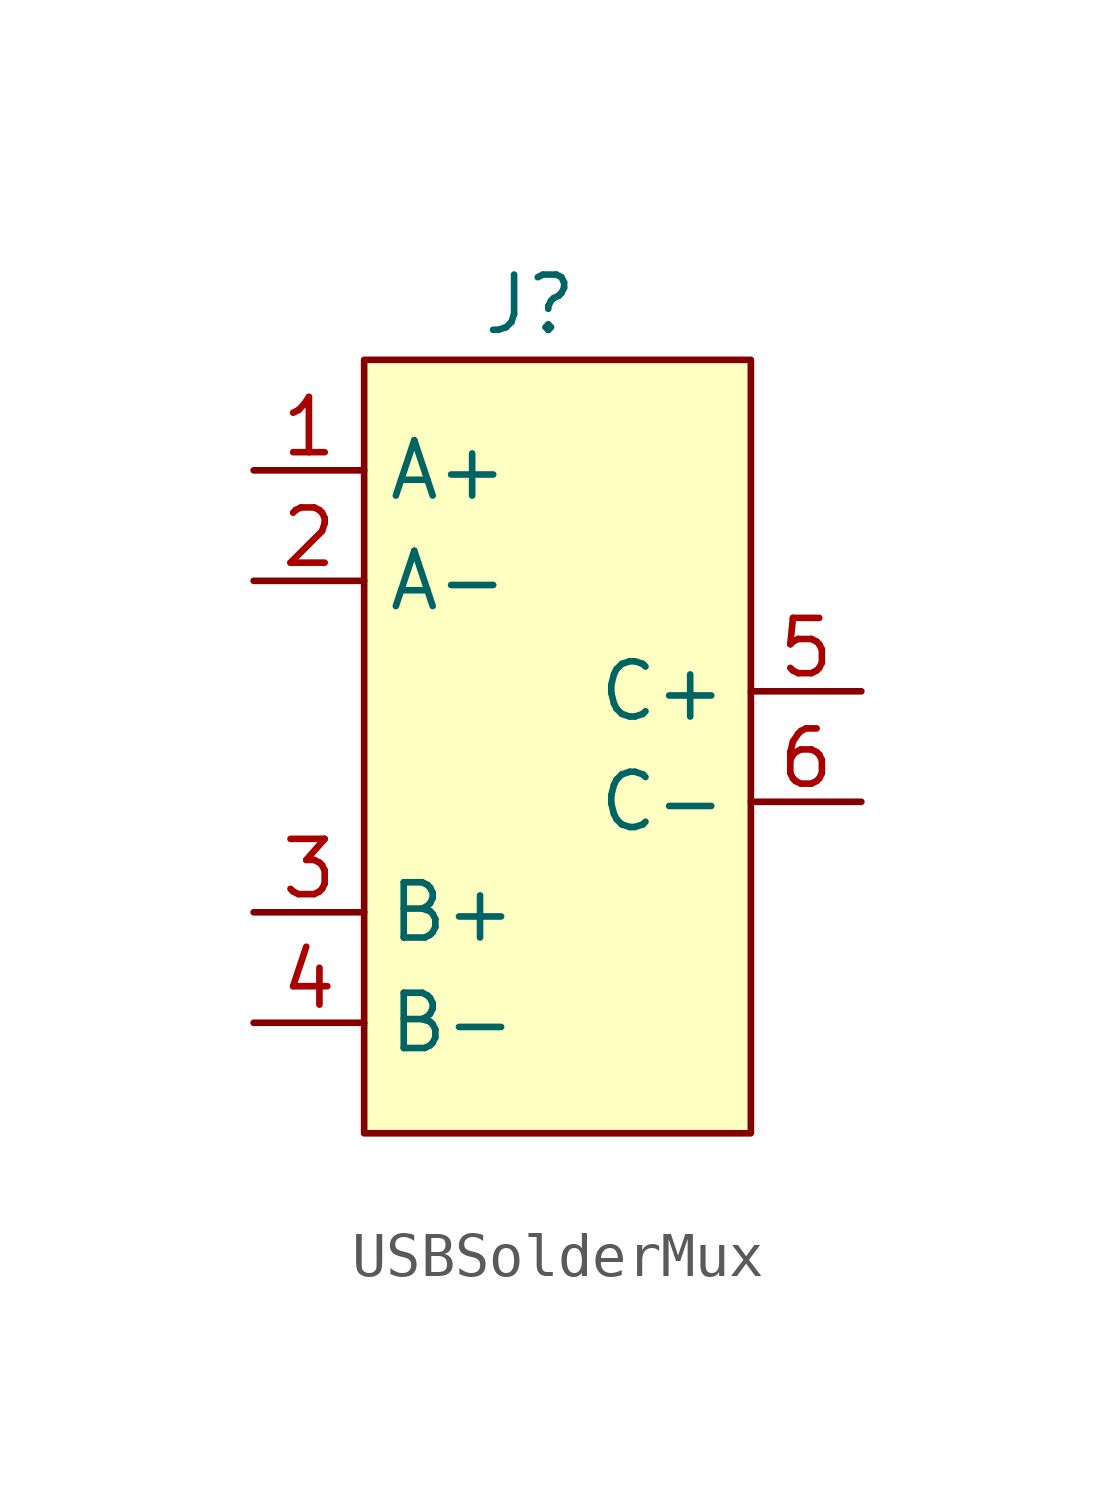
<source format=kicad_sym>
(kicad_symbol_lib
  (version 20231120)
  (generator "kicad_symbol_editor")
  (generator_version "8.0")
  (symbol "USBSolderMux"
    (property "Reference" "J"
      (at 3.81 10.16 0)
      (effects (font (size 1.27 1.27))))
    (property "Value" ""
      (at 0 0 0)
      (effects (font (size 1.27 1.27))))
    (symbol "USBSolderMux_1_1"
      (rectangle (start 0 8.89) (end 8.89 -8.89) (stroke (width 0) (type default)) (fill (type background)))
      (pin input line (at -2.54 6.35 0) (length 2.54) (name "A+" (effects (font (size 1.27 1.27)))) (number "1" (effects (font (size 1.27 1.27)))))
      (pin input line (at -2.54 3.81 0) (length 2.54) (name "A-" (effects (font (size 1.27 1.27)))) (number "2" (effects (font (size 1.27 1.27)))))
      (pin input line (at -2.54 -3.81 0) (length 2.54) (name "B+" (effects (font (size 1.27 1.27)))) (number "3" (effects (font (size 1.27 1.27)))))
      (pin input line (at -2.54 -6.35 0) (length 2.54) (name "B-" (effects (font (size 1.27 1.27)))) (number "4" (effects (font (size 1.27 1.27)))))
      (pin input line (at 11.43 1.27 180) (length 2.54) (name "C+" (effects (font (size 1.27 1.27)))) (number "5" (effects (font (size 1.27 1.27)))))
      (pin input line (at 11.43 -1.27 180) (length 2.54) (name "C-" (effects (font (size 1.27 1.27)))) (number "6" (effects (font (size 1.27 1.27))))))))
</source>
